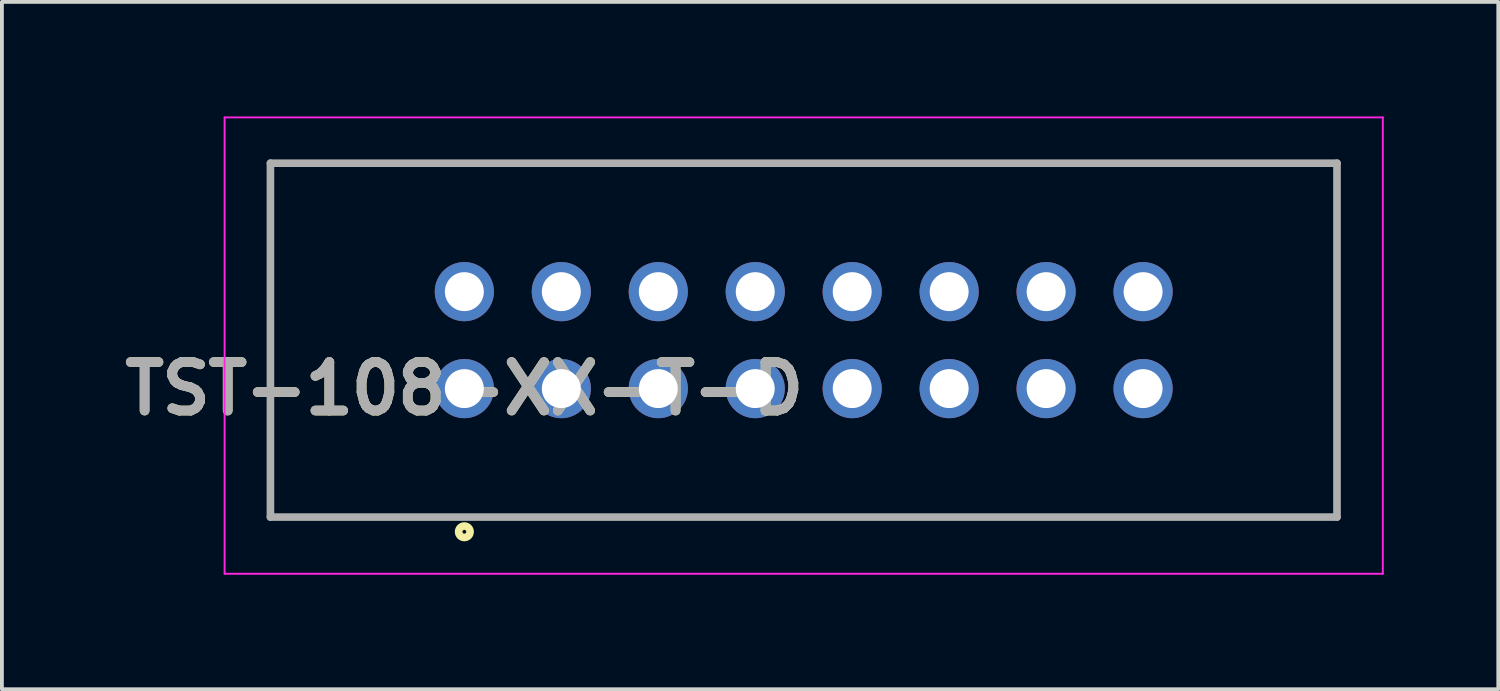
<source format=kicad_pcb>
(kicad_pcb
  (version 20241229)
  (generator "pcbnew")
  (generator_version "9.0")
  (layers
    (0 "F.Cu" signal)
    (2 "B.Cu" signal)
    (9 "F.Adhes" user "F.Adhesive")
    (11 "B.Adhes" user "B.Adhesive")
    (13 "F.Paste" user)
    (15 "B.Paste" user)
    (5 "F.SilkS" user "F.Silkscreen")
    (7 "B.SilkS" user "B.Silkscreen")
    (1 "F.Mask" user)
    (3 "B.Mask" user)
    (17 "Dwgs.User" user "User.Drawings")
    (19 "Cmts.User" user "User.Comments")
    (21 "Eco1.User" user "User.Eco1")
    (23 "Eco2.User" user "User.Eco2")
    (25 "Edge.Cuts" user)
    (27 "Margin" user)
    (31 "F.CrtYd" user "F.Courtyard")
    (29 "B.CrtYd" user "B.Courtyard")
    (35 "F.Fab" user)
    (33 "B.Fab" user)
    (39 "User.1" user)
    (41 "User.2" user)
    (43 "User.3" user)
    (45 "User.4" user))
  (footprint "TST-108-XX-T-D"
    (layer "F.Cu")
    (at 9.114 7.13)
    (property "Reference" "TST-108-XX-T-D" (at 0 0 0) (layer "F.SilkS") (effects (font (size 1.27 1.27) (thickness 0.254))))
    (attr through_hole)
    (fp_line (start -5.08 -5.905) (end 22.86 -5.905) (stroke (width 0.1) (type solid)) (layer "F.SilkS"))
    (fp_line (start -5.08 3.365) (end -5.08 -5.905) (stroke (width 0.1) (type solid)) (layer "F.SilkS"))
    (fp_line (start 22.86 -5.905) (end 22.86 3.365) (stroke (width 0.1) (type solid)) (layer "F.SilkS"))
    (fp_line (start 22.86 3.365) (end -5.08 3.365) (stroke (width 0.1) (type solid)) (layer "F.SilkS"))
    (fp_circle (center 0 3.75) (end 0 3.8) (stroke (width 0.2) (type solid)) (fill no) (layer "F.SilkS"))
    (fp_line (start -6.28 -7.105) (end 24.06 -7.105) (stroke (width 0.05) (type solid)) (layer "F.CrtYd"))
    (fp_line (start -6.28 4.85) (end -6.28 -7.105) (stroke (width 0.05) (type solid)) (layer "F.CrtYd"))
    (fp_line (start 24.06 -7.105) (end 24.06 4.85) (stroke (width 0.05) (type solid)) (layer "F.CrtYd"))
    (fp_line (start 24.06 4.85) (end -6.28 4.85) (stroke (width 0.05) (type solid)) (layer "F.CrtYd"))
    (fp_line (start -5.08 -5.905) (end 22.86 -5.905) (stroke (width 0.2) (type solid)) (layer "F.Fab"))
    (fp_line (start -5.08 3.365) (end -5.08 -5.905) (stroke (width 0.2) (type solid)) (layer "F.Fab"))
    (fp_line (start 22.86 -5.905) (end 22.86 3.365) (stroke (width 0.2) (type solid)) (layer "F.Fab"))
    (fp_line (start 22.86 3.365) (end -5.08 3.365) (stroke (width 0.2) (type solid)) (layer "F.Fab"))
    (fp_text user "${REFERENCE}" (at 0 0 0) (layer "F.Fab") (effects (font (size 1.27 1.27) (thickness 0.254))))
    (pad "1" thru_hole circle (at 0 0) (size 1.55 1.55) (drill 1.02) (layers "*.Cu" "*.Mask"))
    (pad "2" thru_hole circle (at 0 -2.54) (size 1.55 1.55) (drill 1.02) (layers "*.Cu" "*.Mask"))
    (pad "3" thru_hole circle (at 2.54 0) (size 1.55 1.55) (drill 1.02) (layers "*.Cu" "*.Mask"))
    (pad "4" thru_hole circle (at 2.54 -2.54) (size 1.55 1.55) (drill 1.02) (layers "*.Cu" "*.Mask"))
    (pad "5" thru_hole circle (at 5.08 0) (size 1.55 1.55) (drill 1.02) (layers "*.Cu" "*.Mask"))
    (pad "6" thru_hole circle (at 5.08 -2.54) (size 1.55 1.55) (drill 1.02) (layers "*.Cu" "*.Mask"))
    (pad "7" thru_hole circle (at 7.62 0) (size 1.55 1.55) (drill 1.02) (layers "*.Cu" "*.Mask"))
    (pad "8" thru_hole circle (at 7.62 -2.54) (size 1.55 1.55) (drill 1.02) (layers "*.Cu" "*.Mask"))
    (pad "9" thru_hole circle (at 10.16 0) (size 1.55 1.55) (drill 1.02) (layers "*.Cu" "*.Mask"))
    (pad "10" thru_hole circle (at 10.16 -2.54) (size 1.55 1.55) (drill 1.02) (layers "*.Cu" "*.Mask"))
    (pad "11" thru_hole circle (at 12.7 0) (size 1.55 1.55) (drill 1.02) (layers "*.Cu" "*.Mask"))
    (pad "12" thru_hole circle (at 12.7 -2.54) (size 1.55 1.55) (drill 1.02) (layers "*.Cu" "*.Mask"))
    (pad "13" thru_hole circle (at 15.24 0) (size 1.55 1.55) (drill 1.02) (layers "*.Cu" "*.Mask"))
    (pad "14" thru_hole circle (at 15.24 -2.54) (size 1.55 1.55) (drill 1.02) (layers "*.Cu" "*.Mask"))
    (pad "15" thru_hole circle (at 17.78 0) (size 1.55 1.55) (drill 1.02) (layers "*.Cu" "*.Mask"))
    (pad "16" thru_hole circle (at 17.78 -2.54) (size 1.55 1.55) (drill 1.02) (layers "*.Cu" "*.Mask")))
  (gr_rect
    (start -3 -3)
    (end 36.199 15.005)
    (stroke (width 0.1) (type default))
    (fill no)
    (layer "Edge.Cuts")))
</source>
